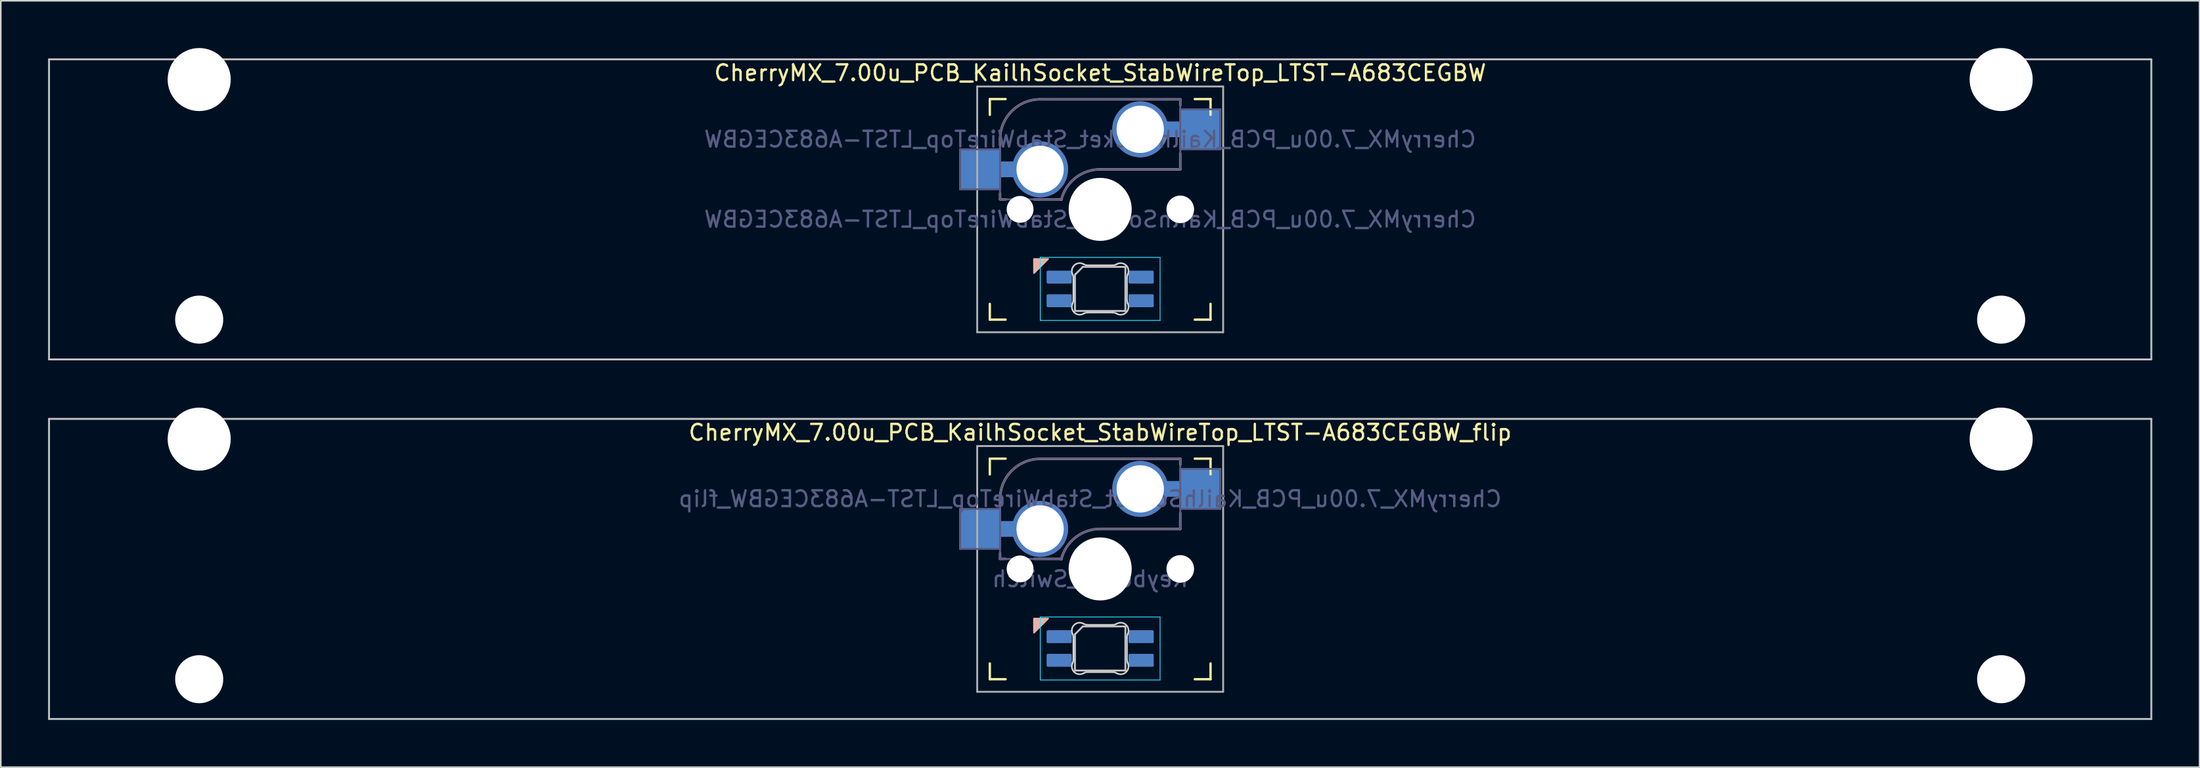
<source format=kicad_pcb>
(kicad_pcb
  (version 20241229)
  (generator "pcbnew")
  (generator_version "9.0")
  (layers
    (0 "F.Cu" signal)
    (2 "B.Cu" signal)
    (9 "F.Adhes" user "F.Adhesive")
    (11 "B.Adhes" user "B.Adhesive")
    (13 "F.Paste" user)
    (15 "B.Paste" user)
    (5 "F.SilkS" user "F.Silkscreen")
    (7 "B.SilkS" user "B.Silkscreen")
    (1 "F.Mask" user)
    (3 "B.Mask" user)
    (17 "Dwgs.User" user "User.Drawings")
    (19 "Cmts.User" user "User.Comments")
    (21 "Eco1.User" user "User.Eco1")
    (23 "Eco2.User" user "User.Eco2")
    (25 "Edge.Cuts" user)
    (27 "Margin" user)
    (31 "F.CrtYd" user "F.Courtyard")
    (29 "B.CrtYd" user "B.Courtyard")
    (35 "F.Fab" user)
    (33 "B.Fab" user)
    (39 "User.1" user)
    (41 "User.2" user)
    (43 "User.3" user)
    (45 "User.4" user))
  (footprint "CherryMX_7.00u_PCB_KailhSocket_StabWireTop_LTST-A683CEGBW_flip"
    (layer "F.Cu")
    (at 66.735 33.065)
    (property "Reference" "CherryMX_7.00u_PCB_KailhSocket_StabWireTop_LTST-A683CEGBW_flip" (at 0 -8.662 0) (layer "F.SilkS") (effects (font (size 1 1) (thickness 0.15))))
    (property "Value" "Keyboard_Switch" (at 0 8.662 0) (layer "F.Fab") (hide yes) (effects (font (size 1 1) (thickness 0.15))))
    (attr through_hole)
    (fp_line (start -7 -6) (end -7 -7) (stroke (width 0.15) (type solid)) (layer "F.SilkS"))
    (fp_line (start -7 7) (end -7 6) (stroke (width 0.15) (type solid)) (layer "F.SilkS"))
    (fp_line (start -7 7) (end -6 7) (stroke (width 0.15) (type solid)) (layer "F.SilkS"))
    (fp_line (start -6 -7) (end -7 -7) (stroke (width 0.15) (type solid)) (layer "F.SilkS"))
    (fp_line (start 6 7) (end 7 7) (stroke (width 0.15) (type solid)) (layer "F.SilkS"))
    (fp_line (start 7 -7) (end 6 -7) (stroke (width 0.15) (type solid)) (layer "F.SilkS"))
    (fp_line (start 7 -7) (end 7 -6) (stroke (width 0.15) (type solid)) (layer "F.SilkS"))
    (fp_line (start 7 6) (end 7 7) (stroke (width 0.15) (type solid)) (layer "F.SilkS"))
    (fp_line (start -6.35 -4.445) (end -6.35 -4.064) (stroke (width 0.15) (type solid)) (layer "B.SilkS"))
    (fp_line (start -6.35 -1.016) (end -6.35 -0.635) (stroke (width 0.15) (type solid)) (layer "B.SilkS"))
    (fp_line (start -5.969 -0.635) (end -6.35 -0.635) (stroke (width 0.15) (type solid)) (layer "B.SilkS"))
    (fp_line (start -3.81 -6.985) (end 5.08 -6.985) (stroke (width 0.15) (type solid)) (layer "B.SilkS"))
    (fp_line (start -2.464 -0.635) (end -4.191 -0.635) (stroke (width 0.15) (type solid)) (layer "B.SilkS"))
    (fp_line (start 5.08 -6.985) (end 5.08 -6.604) (stroke (width 0.15) (type solid)) (layer "B.SilkS"))
    (fp_line (start 5.08 -3.556) (end 5.08 -2.54) (stroke (width 0.15) (type solid)) (layer "B.SilkS"))
    (fp_line (start 5.08 -2.54) (end 0 -2.54) (stroke (width 0.15) (type solid)) (layer "B.SilkS"))
    (fp_arc (start -6.35 -4.445) (mid -5.606051 -6.241051) (end -3.81 -6.985) (stroke (width 0.15) (type solid)) (layer "B.SilkS"))
    (fp_arc (start -2.464162 -0.61604) (mid -1.563147 -2.002042) (end 0 -2.54) (stroke (width 0.15) (type solid)) (layer "B.SilkS"))
    (fp_poly (pts (xy -4.2 4.05) (xy -3.3 3.15) (xy -4.2 3.15)) (stroke (width 0.1) (type solid)) (fill yes) (layer "B.SilkS"))
    (fp_line (start -66.675 -9.525) (end 66.675 -9.525) (stroke (width 0.12) (type solid)) (layer "Dwgs.User"))
    (fp_line (start -66.675 9.525) (end -66.675 -9.525) (stroke (width 0.12) (type solid)) (layer "Dwgs.User"))
    (fp_line (start -1.6 4.15) (end -1.6 6.45) (stroke (width 0.12) (type solid)) (layer "Dwgs.User"))
    (fp_line (start -1.6 4.15) (end -1.1 3.65) (stroke (width 0.12) (type solid)) (layer "Dwgs.User"))
    (fp_line (start -1.6 6.45) (end 1.6 6.45) (stroke (width 0.12) (type solid)) (layer "Dwgs.User"))
    (fp_line (start 1.6 3.65) (end -1.1 3.65) (stroke (width 0.12) (type solid)) (layer "Dwgs.User"))
    (fp_line (start 1.6 6.45) (end 1.6 3.65) (stroke (width 0.12) (type solid)) (layer "Dwgs.User"))
    (fp_line (start 66.675 -9.525) (end 66.675 9.525) (stroke (width 0.12) (type solid)) (layer "Dwgs.User"))
    (fp_line (start 66.675 9.525) (end -66.675 9.525) (stroke (width 0.12) (type solid)) (layer "Dwgs.User"))
    (fp_line (start -6.9 6.9) (end -6.9 -6.9) (stroke (width 0.15) (type solid)) (layer "Eco2.User"))
    (fp_line (start -6.9 6.9) (end 6.9 6.9) (stroke (width 0.15) (type solid)) (layer "Eco2.User"))
    (fp_line (start 6.9 -6.9) (end -6.9 -6.9) (stroke (width 0.15) (type solid)) (layer "Eco2.User"))
    (fp_line (start 6.9 -6.9) (end 6.9 6.9) (stroke (width 0.15) (type solid)) (layer "Eco2.User"))
    (fp_line (start -1.7 5.753) (end -1.7 4.347) (stroke (width 0.1) (type solid)) (layer "Edge.Cuts"))
    (fp_line (start -0.794 3.55) (end 0.794 3.55) (stroke (width 0.1) (type solid)) (layer "Edge.Cuts"))
    (fp_line (start 0.794 6.55) (end -0.794 6.55) (stroke (width 0.1) (type solid)) (layer "Edge.Cuts"))
    (fp_line (start 1.7 4.347) (end 1.7 5.753) (stroke (width 0.1) (type solid)) (layer "Edge.Cuts"))
    (fp_arc (start -1.749484 4.13028) (mid -1.712527 4.235932) (end -1.699999 4.347158) (stroke (width 0.1) (type solid)) (layer "Edge.Cuts"))
    (fp_arc (start -1.749484 4.130281) (mid -1.638072 3.545965) (end -1.046711 3.481701) (stroke (width 0.1) (type solid)) (layer "Edge.Cuts"))
    (fp_arc (start -1.699999 5.752843) (mid -1.712527 5.864068) (end -1.749484 5.96972) (stroke (width 0.1) (type solid)) (layer "Edge.Cuts"))
    (fp_arc (start -1.046711 6.618298) (mid -1.638071 6.554034) (end -1.749484 5.96972) (stroke (width 0.1) (type solid)) (layer "Edge.Cuts"))
    (fp_arc (start -1.046711 6.618298) (mid -0.925123 6.567376) (end -0.794453 6.549999) (stroke (width 0.1) (type solid)) (layer "Edge.Cuts"))
    (fp_arc (start -0.794452 3.55) (mid -0.925123 3.532623) (end -1.046711 3.481701) (stroke (width 0.1) (type solid)) (layer "Edge.Cuts"))
    (fp_arc (start 0.794453 6.55) (mid 0.925123 6.567377) (end 1.046711 6.618299) (stroke (width 0.1) (type solid)) (layer "Edge.Cuts"))
    (fp_arc (start 1.04671 3.481701) (mid 0.925122 3.532623) (end 0.794452 3.55) (stroke (width 0.1) (type solid)) (layer "Edge.Cuts"))
    (fp_arc (start 1.046711 3.481703) (mid 1.63807 3.545966) (end 1.749484 4.13028) (stroke (width 0.1) (type solid)) (layer "Edge.Cuts"))
    (fp_arc (start 1.699999 4.347157) (mid 1.712527 4.235932) (end 1.749484 4.13028) (stroke (width 0.1) (type solid)) (layer "Edge.Cuts"))
    (fp_arc (start 1.749484 5.96972) (mid 1.638071 6.554035) (end 1.046711 6.618299) (stroke (width 0.1) (type solid)) (layer "Edge.Cuts"))
    (fp_arc (start 1.749484 5.96972) (mid 1.712527 5.864068) (end 1.699999 5.752842) (stroke (width 0.1) (type solid)) (layer "Edge.Cuts"))
    (fp_line (start -3.8 3.05) (end -3.8 7.05) (stroke (width 0.05) (type solid)) (layer "B.CrtYd"))
    (fp_line (start -3.8 7.05) (end 3.8 7.05) (stroke (width 0.05) (type solid)) (layer "B.CrtYd"))
    (fp_line (start 3.8 3.05) (end -3.8 3.05) (stroke (width 0.05) (type solid)) (layer "B.CrtYd"))
    (fp_line (start 3.8 7.05) (end 3.8 3.05) (stroke (width 0.05) (type solid)) (layer "B.CrtYd"))
    (fp_line (start -8.89 -3.81) (end -6.35 -3.81) (stroke (width 0.12) (type solid)) (layer "B.Fab"))
    (fp_line (start -8.89 -1.27) (end -8.89 -3.81) (stroke (width 0.12) (type solid)) (layer "B.Fab"))
    (fp_line (start -6.35 -1.27) (end -8.89 -1.27) (stroke (width 0.12) (type solid)) (layer "B.Fab"))
    (fp_line (start -6.35 -0.635) (end -6.35 -4.445) (stroke (width 0.12) (type solid)) (layer "B.Fab"))
    (fp_line (start -6.35 -0.635) (end -2.54 -0.635) (stroke (width 0.12) (type solid)) (layer "B.Fab"))
    (fp_line (start -3.81 -6.985) (end 5.08 -6.985) (stroke (width 0.12) (type solid)) (layer "B.Fab"))
    (fp_line (start 5.08 -6.985) (end 5.08 -2.54) (stroke (width 0.12) (type solid)) (layer "B.Fab"))
    (fp_line (start 5.08 -6.35) (end 7.62 -6.35) (stroke (width 0.12) (type solid)) (layer "B.Fab"))
    (fp_line (start 5.08 -2.54) (end 0 -2.54) (stroke (width 0.12) (type solid)) (layer "B.Fab"))
    (fp_line (start 7.62 -6.35) (end 7.62 -3.81) (stroke (width 0.12) (type solid)) (layer "B.Fab"))
    (fp_line (start 7.62 -3.81) (end 5.08 -3.81) (stroke (width 0.12) (type solid)) (layer "B.Fab"))
    (fp_arc (start -6.35 -4.445) (mid -5.606051 -6.241051) (end -3.81 -6.985) (stroke (width 0.12) (type solid)) (layer "B.Fab"))
    (fp_arc (start -2.464162 -0.61604) (mid -1.563147 -2.002042) (end 0 -2.54) (stroke (width 0.12) (type solid)) (layer "B.Fab"))
    (fp_line (start -7.8 -7.8) (end -7.8 7.8) (stroke (width 0.12) (type solid)) (layer "F.Fab"))
    (fp_line (start -7.8 -7.8) (end 7.8 -7.8) (stroke (width 0.12) (type solid)) (layer "F.Fab"))
    (fp_line (start -7.8 7.8) (end 7.8 7.8) (stroke (width 0.12) (type solid)) (layer "F.Fab"))
    (fp_line (start 7.8 -7.8) (end 7.8 7.8) (stroke (width 0.12) (type solid)) (layer "F.Fab"))
    (fp_text user "${VALUE}" (at -0.635 0.635 0) (layer "B.Fab") (effects (font (size 1 1) (thickness 0.15)) (justify mirror)))
    (fp_text user "${REFERENCE}" (at -0.635 -4.445 0) (layer "B.Fab") (effects (font (size 1 1) (thickness 0.15)) (justify mirror)))
    (pad "" np_thru_hole circle (at -57.15 -8.24) (size 4 4) (drill 4) (layers "*.Cu" "*.Mask"))
    (pad "" np_thru_hole circle (at -57.15 7) (size 3.05 3.05) (drill 3.05) (layers "*.Cu" "*.Mask"))
    (pad "" np_thru_hole circle (at -5.08 0) (size 1.702 1.702) (drill 1.702) (layers "*.Cu" "*.Mask"))
    (pad "" np_thru_hole circle (at 0 0) (size 4 4) (drill 4) (layers "*.Cu" "*.Mask"))
    (pad "" np_thru_hole circle (at 5.08 0) (size 1.702 1.702) (drill 1.702) (layers "*.Cu" "*.Mask"))
    (pad "" np_thru_hole circle (at 5.08 0) (size 1.75 1.75) (drill 1.75) (layers "*.Cu" "*.Mask"))
    (pad "" np_thru_hole circle (at 57.15 -8.24) (size 4 4) (drill 4) (layers "*.Cu" "*.Mask"))
    (pad "" np_thru_hole circle (at 57.15 7) (size 3.05 3.05) (drill 3.05) (layers "*.Cu" "*.Mask"))
    (pad "1" thru_hole circle (at 2.54 -5.08) (size 3.55 3.55) (drill 3) (layers "*.Cu"))
    (pad "1" connect rect (at 5.015 -5.08 270) (size 1 2.5) (layers "B.Cu"))
    (pad "1" smd rect (at 6.29 -5.08) (size 2.55 2.5) (layers "B.Cu" "B.Mask" "B.Paste"))
    (pad "2" smd rect (at -7.56 -2.54) (size 2.55 2.5) (layers "B.Cu" "B.Mask" "B.Paste"))
    (pad "2" connect rect (at -5.715 -2.54 90) (size 1 2.5) (layers "B.Cu"))
    (pad "2" thru_hole circle (at -3.81 -2.54) (size 3.55 3.55) (drill 3) (layers "*.Cu"))
    (pad "3" smd roundrect (at -2.6 4.3 90) (size 0.82 1.6) (layers "B.Cu" "B.Mask" "B.Paste") (roundrect_rratio 0.1))
    (pad "4" smd roundrect (at -2.6 5.8 90) (size 0.82 1.6) (layers "B.Cu" "B.Mask" "B.Paste") (roundrect_rratio 0.1))
    (pad "5" smd roundrect (at 2.6 4.3 90) (size 0.82 1.6) (layers "B.Cu" "B.Mask" "B.Paste") (roundrect_rratio 0.1))
    (pad "6" smd roundrect (at 2.6 5.8 90) (size 0.82 1.6) (layers "B.Cu" "B.Mask" "B.Paste") (roundrect_rratio 0.1)))
  (footprint "CherryMX_7.00u_PCB_KailhSocket_StabWireTop_LTST-A683CEGBW"
    (layer "F.Cu")
    (at 66.735 10.24)
    (property "Reference" "CherryMX_7.00u_PCB_KailhSocket_StabWireTop_LTST-A683CEGBW" (at 0 -8.662 0) (layer "F.SilkS") (effects (font (size 1 1) (thickness 0.15))))
    (property "Value" "CherryMX_7.00u_PCB_KailhSocket_StabWireTop_LTST-A683CEGBW" (at 0 8.662 0) (layer "F.Fab") (hide yes) (effects (font (size 1 1) (thickness 0.15))))
    (attr through_hole)
    (fp_line (start -7 -6) (end -7 -7) (stroke (width 0.15) (type solid)) (layer "F.SilkS"))
    (fp_line (start -7 7) (end -7 6) (stroke (width 0.15) (type solid)) (layer "F.SilkS"))
    (fp_line (start -7 7) (end -6 7) (stroke (width 0.15) (type solid)) (layer "F.SilkS"))
    (fp_line (start -6 -7) (end -7 -7) (stroke (width 0.15) (type solid)) (layer "F.SilkS"))
    (fp_line (start 6 7) (end 7 7) (stroke (width 0.15) (type solid)) (layer "F.SilkS"))
    (fp_line (start 7 -7) (end 6 -7) (stroke (width 0.15) (type solid)) (layer "F.SilkS"))
    (fp_line (start 7 -7) (end 7 -6) (stroke (width 0.15) (type solid)) (layer "F.SilkS"))
    (fp_line (start 7 6) (end 7 7) (stroke (width 0.15) (type solid)) (layer "F.SilkS"))
    (fp_line (start -6.35 -4.445) (end -6.35 -4.064) (stroke (width 0.15) (type solid)) (layer "B.SilkS"))
    (fp_line (start -6.35 -1.016) (end -6.35 -0.635) (stroke (width 0.15) (type solid)) (layer "B.SilkS"))
    (fp_line (start -5.969 -0.635) (end -6.35 -0.635) (stroke (width 0.15) (type solid)) (layer "B.SilkS"))
    (fp_line (start -3.81 -6.985) (end 5.08 -6.985) (stroke (width 0.15) (type solid)) (layer "B.SilkS"))
    (fp_line (start -2.464 -0.635) (end -4.191 -0.635) (stroke (width 0.15) (type solid)) (layer "B.SilkS"))
    (fp_line (start 5.08 -6.985) (end 5.08 -6.604) (stroke (width 0.15) (type solid)) (layer "B.SilkS"))
    (fp_line (start 5.08 -3.556) (end 5.08 -2.54) (stroke (width 0.15) (type solid)) (layer "B.SilkS"))
    (fp_line (start 5.08 -2.54) (end 0 -2.54) (stroke (width 0.15) (type solid)) (layer "B.SilkS"))
    (fp_arc (start -6.35 -4.445) (mid -5.606051 -6.241051) (end -3.81 -6.985) (stroke (width 0.15) (type solid)) (layer "B.SilkS"))
    (fp_arc (start -2.464162 -0.61604) (mid -1.563147 -2.002042) (end 0 -2.54) (stroke (width 0.15) (type solid)) (layer "B.SilkS"))
    (fp_poly (pts (xy -4.2 4.05) (xy -3.3 3.15) (xy -4.2 3.15)) (stroke (width 0.1) (type solid)) (fill yes) (layer "B.SilkS"))
    (fp_line (start -66.675 -9.525) (end 66.675 -9.525) (stroke (width 0.12) (type solid)) (layer "Dwgs.User"))
    (fp_line (start -66.675 9.525) (end -66.675 -9.525) (stroke (width 0.12) (type solid)) (layer "Dwgs.User"))
    (fp_line (start -1.6 4.15) (end -1.6 6.45) (stroke (width 0.12) (type solid)) (layer "Dwgs.User"))
    (fp_line (start -1.6 4.15) (end -1.1 3.65) (stroke (width 0.12) (type solid)) (layer "Dwgs.User"))
    (fp_line (start -1.6 6.45) (end 1.6 6.45) (stroke (width 0.12) (type solid)) (layer "Dwgs.User"))
    (fp_line (start 1.6 3.65) (end -1.1 3.65) (stroke (width 0.12) (type solid)) (layer "Dwgs.User"))
    (fp_line (start 1.6 6.45) (end 1.6 3.65) (stroke (width 0.12) (type solid)) (layer "Dwgs.User"))
    (fp_line (start 66.675 -9.525) (end 66.675 9.525) (stroke (width 0.12) (type solid)) (layer "Dwgs.User"))
    (fp_line (start 66.675 9.525) (end -66.675 9.525) (stroke (width 0.12) (type solid)) (layer "Dwgs.User"))
    (fp_line (start -6.9 6.9) (end -6.9 -6.9) (stroke (width 0.15) (type solid)) (layer "Eco2.User"))
    (fp_line (start -6.9 6.9) (end 6.9 6.9) (stroke (width 0.15) (type solid)) (layer "Eco2.User"))
    (fp_line (start 6.9 -6.9) (end -6.9 -6.9) (stroke (width 0.15) (type solid)) (layer "Eco2.User"))
    (fp_line (start 6.9 -6.9) (end 6.9 6.9) (stroke (width 0.15) (type solid)) (layer "Eco2.User"))
    (fp_line (start -1.7 5.753) (end -1.7 4.347) (stroke (width 0.1) (type solid)) (layer "Edge.Cuts"))
    (fp_line (start -0.794 3.55) (end 0.794 3.55) (stroke (width 0.1) (type solid)) (layer "Edge.Cuts"))
    (fp_line (start 0.794 6.55) (end -0.794 6.55) (stroke (width 0.1) (type solid)) (layer "Edge.Cuts"))
    (fp_line (start 1.7 4.347) (end 1.7 5.753) (stroke (width 0.1) (type solid)) (layer "Edge.Cuts"))
    (fp_arc (start -1.749484 4.13028) (mid -1.712527 4.235932) (end -1.699999 4.347158) (stroke (width 0.1) (type solid)) (layer "Edge.Cuts"))
    (fp_arc (start -1.749484 4.130281) (mid -1.638072 3.545965) (end -1.046711 3.481701) (stroke (width 0.1) (type solid)) (layer "Edge.Cuts"))
    (fp_arc (start -1.699999 5.752843) (mid -1.712527 5.864068) (end -1.749484 5.96972) (stroke (width 0.1) (type solid)) (layer "Edge.Cuts"))
    (fp_arc (start -1.046711 6.618298) (mid -1.63807 6.554034) (end -1.749484 5.96972) (stroke (width 0.1) (type solid)) (layer "Edge.Cuts"))
    (fp_arc (start -1.046711 6.618298) (mid -0.925123 6.567376) (end -0.794453 6.549999) (stroke (width 0.1) (type solid)) (layer "Edge.Cuts"))
    (fp_arc (start -0.794452 3.55) (mid -0.925123 3.532623) (end -1.046711 3.481701) (stroke (width 0.1) (type solid)) (layer "Edge.Cuts"))
    (fp_arc (start 0.794453 6.55) (mid 0.925123 6.567377) (end 1.046711 6.618299) (stroke (width 0.1) (type solid)) (layer "Edge.Cuts"))
    (fp_arc (start 1.04671 3.481701) (mid 0.925122 3.532623) (end 0.794452 3.55) (stroke (width 0.1) (type solid)) (layer "Edge.Cuts"))
    (fp_arc (start 1.046711 3.481703) (mid 1.63807 3.545966) (end 1.749484 4.13028) (stroke (width 0.1) (type solid)) (layer "Edge.Cuts"))
    (fp_arc (start 1.699999 4.347157) (mid 1.712527 4.235932) (end 1.749484 4.13028) (stroke (width 0.1) (type solid)) (layer "Edge.Cuts"))
    (fp_arc (start 1.749484 5.96972) (mid 1.638071 6.554035) (end 1.046711 6.618299) (stroke (width 0.1) (type solid)) (layer "Edge.Cuts"))
    (fp_arc (start 1.749484 5.96972) (mid 1.712527 5.864068) (end 1.699999 5.752842) (stroke (width 0.1) (type solid)) (layer "Edge.Cuts"))
    (fp_line (start -3.8 3.05) (end -3.8 7.05) (stroke (width 0.05) (type solid)) (layer "B.CrtYd"))
    (fp_line (start -3.8 7.05) (end 3.8 7.05) (stroke (width 0.05) (type solid)) (layer "B.CrtYd"))
    (fp_line (start 3.8 3.05) (end -3.8 3.05) (stroke (width 0.05) (type solid)) (layer "B.CrtYd"))
    (fp_line (start 3.8 7.05) (end 3.8 3.05) (stroke (width 0.05) (type solid)) (layer "B.CrtYd"))
    (fp_line (start -8.89 -3.81) (end -6.35 -3.81) (stroke (width 0.12) (type solid)) (layer "B.Fab"))
    (fp_line (start -8.89 -1.27) (end -8.89 -3.81) (stroke (width 0.12) (type solid)) (layer "B.Fab"))
    (fp_line (start -6.35 -1.27) (end -8.89 -1.27) (stroke (width 0.12) (type solid)) (layer "B.Fab"))
    (fp_line (start -6.35 -0.635) (end -6.35 -4.445) (stroke (width 0.12) (type solid)) (layer "B.Fab"))
    (fp_line (start -6.35 -0.635) (end -2.54 -0.635) (stroke (width 0.12) (type solid)) (layer "B.Fab"))
    (fp_line (start -3.81 -6.985) (end 5.08 -6.985) (stroke (width 0.12) (type solid)) (layer "B.Fab"))
    (fp_line (start 5.08 -6.985) (end 5.08 -2.54) (stroke (width 0.12) (type solid)) (layer "B.Fab"))
    (fp_line (start 5.08 -6.35) (end 7.62 -6.35) (stroke (width 0.12) (type solid)) (layer "B.Fab"))
    (fp_line (start 5.08 -2.54) (end 0 -2.54) (stroke (width 0.12) (type solid)) (layer "B.Fab"))
    (fp_line (start 7.62 -6.35) (end 7.62 -3.81) (stroke (width 0.12) (type solid)) (layer "B.Fab"))
    (fp_line (start 7.62 -3.81) (end 5.08 -3.81) (stroke (width 0.12) (type solid)) (layer "B.Fab"))
    (fp_arc (start -6.35 -4.445) (mid -5.606051 -6.241051) (end -3.81 -6.985) (stroke (width 0.12) (type solid)) (layer "B.Fab"))
    (fp_arc (start -2.464162 -0.61604) (mid -1.563147 -2.002042) (end 0 -2.54) (stroke (width 0.12) (type solid)) (layer "B.Fab"))
    (fp_line (start -7.8 -7.8) (end -7.8 7.8) (stroke (width 0.12) (type solid)) (layer "F.Fab"))
    (fp_line (start -7.8 -7.8) (end 7.8 -7.8) (stroke (width 0.12) (type solid)) (layer "F.Fab"))
    (fp_line (start -7.8 7.8) (end 7.8 7.8) (stroke (width 0.12) (type solid)) (layer "F.Fab"))
    (fp_line (start 7.8 -7.8) (end 7.8 7.8) (stroke (width 0.12) (type solid)) (layer "F.Fab"))
    (fp_text user "${REFERENCE}" (at -0.635 -4.445 0) (layer "B.Fab") (effects (font (size 1 1) (thickness 0.15)) (justify mirror)))
    (fp_text user "${VALUE}" (at -0.635 0.635 0) (layer "B.Fab") (effects (font (size 1 1) (thickness 0.15)) (justify mirror)))
    (pad "" np_thru_hole circle (at -57.15 -8.24) (size 4 4) (drill 4) (layers "*.Cu" "*.Mask"))
    (pad "" np_thru_hole circle (at -57.15 7) (size 3.05 3.05) (drill 3.05) (layers "*.Cu" "*.Mask"))
    (pad "" np_thru_hole circle (at -5.08 0) (size 1.702 1.702) (drill 1.702) (layers "*.Cu" "*.Mask"))
    (pad "" np_thru_hole circle (at 0 0) (size 4 4) (drill 4) (layers "*.Cu" "*.Mask"))
    (pad "" np_thru_hole circle (at 5.08 0) (size 1.702 1.702) (drill 1.702) (layers "*.Cu" "*.Mask"))
    (pad "" np_thru_hole circle (at 5.08 0) (size 1.75 1.75) (drill 1.75) (layers "*.Cu" "*.Mask"))
    (pad "" np_thru_hole circle (at 57.15 -8.24) (size 4 4) (drill 4) (layers "*.Cu" "*.Mask"))
    (pad "" np_thru_hole circle (at 57.15 7) (size 3.05 3.05) (drill 3.05) (layers "*.Cu" "*.Mask"))
    (pad "1" smd rect (at -7.56 -2.54) (size 2.55 2.5) (layers "B.Cu" "B.Mask" "B.Paste"))
    (pad "1" connect rect (at -5.715 -2.54 90) (size 1 2.5) (layers "B.Cu"))
    (pad "1" thru_hole circle (at -3.81 -2.54) (size 3.55 3.55) (drill 3) (layers "*.Cu"))
    (pad "2" thru_hole circle (at 2.54 -5.08) (size 3.55 3.55) (drill 3) (layers "*.Cu"))
    (pad "2" connect rect (at 5.015 -5.08 270) (size 1 2.5) (layers "B.Cu"))
    (pad "2" smd rect (at 6.29 -5.08) (size 2.55 2.5) (layers "B.Cu" "B.Mask" "B.Paste"))
    (pad "3" smd roundrect (at -2.6 4.3 90) (size 0.82 1.6) (layers "B.Cu" "B.Mask" "B.Paste") (roundrect_rratio 0.1))
    (pad "4" smd roundrect (at -2.6 5.8 90) (size 0.82 1.6) (layers "B.Cu" "B.Mask" "B.Paste") (roundrect_rratio 0.1))
    (pad "5" smd roundrect (at 2.6 4.3 90) (size 0.82 1.6) (layers "B.Cu" "B.Mask" "B.Paste") (roundrect_rratio 0.1))
    (pad "6" smd roundrect (at 2.6 5.8 90) (size 0.82 1.6) (layers "B.Cu" "B.Mask" "B.Paste") (roundrect_rratio 0.1)))
  (gr_rect
    (start -3 -3)
    (end 136.47 45.65)
    (stroke (width 0.1) (type default))
    (fill no)
    (layer "Edge.Cuts")))
</source>
